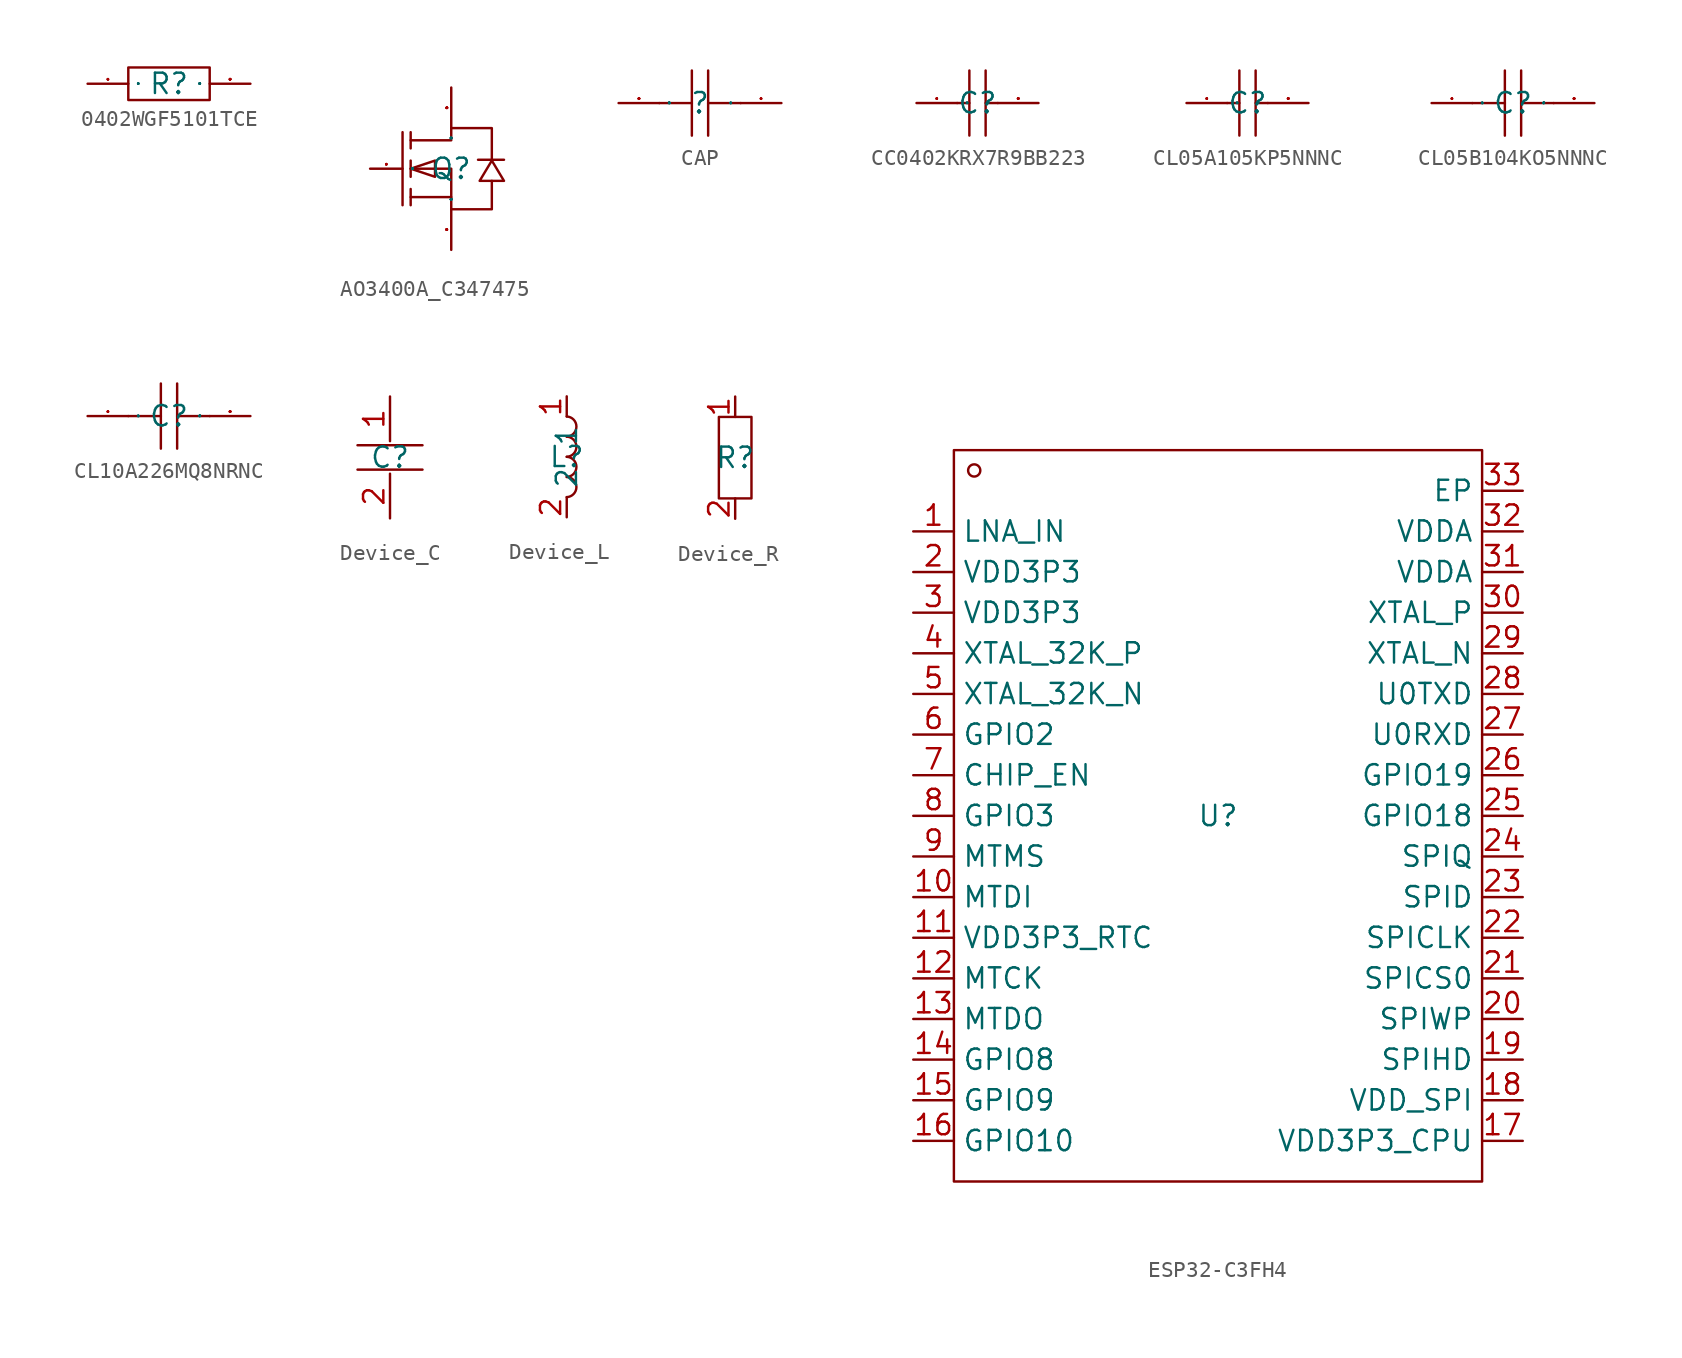
<source format=kicad_sym>
(kicad_symbol_lib
  (version 20241209)
  (generator "kicad_symbol_editor")
  (generator_version "9.0")
  (symbol "0402WGF5101TCE"
    (property "Reference" "R"
      (at 0 0 0)
      (effects (font (size 1.27 1.27))))
    (symbol "0402WGF5101TCE_1_0"
      (rectangle (start -2.54 -1.016) (end 2.54 1.016) (stroke (width 0) (type default)) (fill (type none)))
      (pin input line (at -5.08 0 0) (length 2.54) (name "1" (effects (font (size 0.025 0.025)))) (number "1" (effects (font (size 0.025 0.025)))))
      (pin input line (at 5.08 0 180) (length 2.54) (name "2" (effects (font (size 0.025 0.025)))) (number "2" (effects (font (size 0.025 0.025)))))))
  (symbol "AO3400A_C347475"
    (property "Reference" "Q"
      (at 0 0 0)
      (effects (font (size 1.27 1.27))))
    (property "Value" ""
      (at 0 0 0)
      (effects (font (size 1.27 1.27))))
    (symbol "AO3400A_C347475_1_0"
      (polyline (pts (xy -3.048 2.286) (xy -3.048 -2.286)) (stroke (width 0) (type default)) (fill (type none)))
      (polyline (pts (xy -2.54 2.286) (xy -2.54 1.27)) (stroke (width 0) (type default)) (fill (type none)))
      (polyline (pts (xy -2.54 1.778) (xy 0 1.778) (xy 0 1.778) (xy 0 2.54) (xy 0 2.54) (xy 2.54 2.54) (xy 2.54 2.54) (xy 2.54 0.508)) (stroke (width 0) (type default)) (fill (type none)))
      (polyline (pts (xy -2.54 0) (xy -1.016 -0.508) (xy -1.016 -0.508) (xy -1.016 0.508) (xy -1.016 0.508) (xy -2.54 0)) (stroke (width 0) (type default)) (fill (type none)))
      (polyline (pts (xy -2.54 0) (xy 0 0) (xy 0 0) (xy 0 -2.54) (xy 0 -2.54) (xy 2.54 -2.54) (xy 2.54 -2.54) (xy 2.54 -0.762)) (stroke (width 0) (type default)) (fill (type none)))
      (polyline (pts (xy -2.54 -0.508) (xy -2.54 0.508)) (stroke (width 0) (type default)) (fill (type none)))
      (polyline (pts (xy -2.54 -2.286) (xy -2.54 -1.27)) (stroke (width 0) (type default)) (fill (type none)))
      (polyline (pts (xy 0 -1.778) (xy -2.54 -1.778)) (stroke (width 0) (type default)) (fill (type none)))
      (polyline (pts (xy 1.676 0.559) (xy 3.302 0.559)) (stroke (width 0) (type default)) (fill (type none)))
      (polyline (pts (xy 2.54 0.508) (xy 1.778 -0.762) (xy 1.778 -0.762) (xy 3.302 -0.762) (xy 3.302 -0.762) (xy 2.54 0.508)) (stroke (width 0) (type default)) (fill (type none)))
      (pin unspecified line (at -5.08 0 0) (length 2.032) (name "G" (effects (font (size 0.025 0.025)))) (number "1" (effects (font (size 0.025 0.025)))))
      (pin unspecified line (at 0 5.08 270) (length 2.54) (name "D" (effects (font (size 0.025 0.025)))) (number "3" (effects (font (size 0.025 0.025)))))
      (pin unspecified line (at 0 -5.08 90) (length 2.54) (name "S" (effects (font (size 0.025 0.025)))) (number "2" (effects (font (size 0.025 0.025)))))))
  (symbol "CAP"
    (property "Reference" ""
      (at 0 0 0)
      (effects (font (size 1.27 1.27))))
    (symbol "CAP_1_0"
      (polyline (pts (xy -2.54 0) (xy -0.508 0)) (stroke (width 0) (type default)) (fill (type none)))
      (polyline (pts (xy -0.508 -2.032) (xy -0.508 2.032)) (stroke (width 0) (type default)) (fill (type none)))
      (polyline (pts (xy 0.508 2.032) (xy 0.508 -2.032)) (stroke (width 0) (type default)) (fill (type none)))
      (polyline (pts (xy 0.508 0) (xy 2.54 0)) (stroke (width 0) (type default)) (fill (type none)))
      (pin input line (at -5.08 0 0) (length 2.54) (name "2" (effects (font (size 0.025 0.025)))) (number "2" (effects (font (size 0.025 0.025)))))
      (pin input line (at 5.08 0 180) (length 2.54) (name "1" (effects (font (size 0.025 0.025)))) (number "1" (effects (font (size 0.025 0.025)))))))
  (symbol "CC0402KRX7R9BB223"
    (property "Reference" "C"
      (at 0 0 0)
      (effects (font (size 1.27 1.27))))
    (symbol "CC0402KRX7R9BB223_1_0"
      (polyline (pts (xy -1.27 0) (xy -0.508 0)) (stroke (width 0) (type default)) (fill (type none)))
      (polyline (pts (xy -0.508 2.032) (xy -0.508 -2.032)) (stroke (width 0) (type default)) (fill (type none)))
      (polyline (pts (xy 0.508 2.032) (xy 0.508 -2.032)) (stroke (width 0) (type default)) (fill (type none)))
      (polyline (pts (xy 0.508 0) (xy 1.27 0)) (stroke (width 0) (type default)) (fill (type none)))
      (pin input line (at -3.81 0 0) (length 2.54) (name "1" (effects (font (size 0.025 0.025)))) (number "1" (effects (font (size 0.025 0.025)))))
      (pin input line (at 3.81 0 180) (length 2.54) (name "2" (effects (font (size 0.025 0.025)))) (number "2" (effects (font (size 0.025 0.025)))))))
  (symbol "CL05A105KP5NNNC"
    (property "Reference" "C"
      (at 0 0 0)
      (effects (font (size 1.27 1.27))))
    (symbol "CL05A105KP5NNNC_1_0"
      (polyline (pts (xy -1.27 0) (xy -0.508 0)) (stroke (width 0) (type default)) (fill (type none)))
      (polyline (pts (xy -0.508 2.032) (xy -0.508 -2.032)) (stroke (width 0) (type default)) (fill (type none)))
      (polyline (pts (xy 0.508 2.032) (xy 0.508 -2.032)) (stroke (width 0) (type default)) (fill (type none)))
      (polyline (pts (xy 0.508 0) (xy 1.27 0)) (stroke (width 0) (type default)) (fill (type none)))
      (pin input line (at -3.81 0 0) (length 2.54) (name "1" (effects (font (size 0.025 0.025)))) (number "1" (effects (font (size 0.025 0.025)))))
      (pin input line (at 3.81 0 180) (length 2.54) (name "2" (effects (font (size 0.025 0.025)))) (number "2" (effects (font (size 0.025 0.025)))))))
  (symbol "CL05B104KO5NNNC"
    (property "Reference" "C"
      (at 0 0 0)
      (effects (font (size 1.27 1.27))))
    (symbol "CL05B104KO5NNNC_1_0"
      (polyline (pts (xy -0.508 0) (xy -2.54 0)) (stroke (width 0) (type default)) (fill (type none)))
      (polyline (pts (xy -0.508 -2.032) (xy -0.508 2.032)) (stroke (width 0) (type default)) (fill (type none)))
      (polyline (pts (xy 0.508 2.032) (xy 0.508 -2.032)) (stroke (width 0) (type default)) (fill (type none)))
      (polyline (pts (xy 2.54 0) (xy 0.508 0)) (stroke (width 0) (type default)) (fill (type none)))
      (pin unspecified line (at -5.08 0 0) (length 2.54) (name "1" (effects (font (size 0.025 0.025)))) (number "1" (effects (font (size 0.025 0.025)))))
      (pin unspecified line (at 5.08 0 180) (length 2.54) (name "2" (effects (font (size 0.025 0.025)))) (number "2" (effects (font (size 0.025 0.025)))))))
  (symbol "CL10A226MQ8NRNC"
    (property "Reference" "C"
      (at 0 0 0)
      (effects (font (size 1.27 1.27))))
    (symbol "CL10A226MQ8NRNC_1_0"
      (polyline (pts (xy -0.508 0) (xy -2.54 0)) (stroke (width 0) (type default)) (fill (type none)))
      (polyline (pts (xy -0.508 -2.032) (xy -0.508 2.032)) (stroke (width 0) (type default)) (fill (type none)))
      (polyline (pts (xy 0.508 2.032) (xy 0.508 -2.032)) (stroke (width 0) (type default)) (fill (type none)))
      (polyline (pts (xy 2.54 0) (xy 0.508 0)) (stroke (width 0) (type default)) (fill (type none)))
      (pin unspecified line (at -5.08 0 0) (length 2.54) (name "1" (effects (font (size 0.025 0.025)))) (number "1" (effects (font (size 0.025 0.025)))))
      (pin unspecified line (at 5.08 0 180) (length 2.54) (name "2" (effects (font (size 0.025 0.025)))) (number "2" (effects (font (size 0.025 0.025)))))))
  (symbol "Device_C"
    (property "Reference" "C"
      (at 0 0 0)
      (effects (font (size 1.27 1.27))))
    (symbol "Device_C_1_0"
      (polyline (pts (xy -2.032 0.762) (xy 2.032 0.762)) (stroke (width 0) (type default)) (fill (type none)))
      (polyline (pts (xy -2.032 -0.762) (xy 2.032 -0.762)) (stroke (width 0) (type default)) (fill (type none)))
      (pin unspecified line (at 0 3.81 270) (length 2.794) (name "~" (effects (font (size 1.27 1.27)))) (number "1" (effects (font (size 1.27 1.27)))))
      (pin unspecified line (at 0 -3.81 90) (length 2.794) (name "~" (effects (font (size 1.27 1.27)))) (number "2" (effects (font (size 1.27 1.27)))))))
  (symbol "Device_L"
    (property "Reference" "L"
      (at 0 0 0)
      (effects (font (size 1.27 1.27))))
    (symbol "Device_L_1_0"
      (arc (start 0 2.54) (mid 0.6096 1.905) (end 0 1.27) (stroke (width 0) (type default)) (fill (type none)))
      (arc (start 0 1.27) (mid 0.6096 0.635) (end 0 0) (stroke (width 0) (type default)) (fill (type none)))
      (arc (start 0 0) (mid 0.6096 -0.635) (end 0 -1.27) (stroke (width 0) (type default)) (fill (type none)))
      (arc (start 0 -1.27) (mid 0.6096 -1.905) (end 0 -2.54) (stroke (width 0) (type default)) (fill (type none)))
      (pin unspecified line (at 0 3.81 270) (length 1.27) (name "1" (effects (font (size 1.27 1.27)))) (number "1" (effects (font (size 1.27 1.27)))))
      (pin unspecified line (at 0 -3.81 90) (length 1.27) (name "2" (effects (font (size 1.27 1.27)))) (number "2" (effects (font (size 1.27 1.27)))))))
  (symbol "Device_R"
    (property "Reference" "R"
      (at 0 0 0)
      (effects (font (size 1.27 1.27))))
    (symbol "Device_R_1_0"
      (rectangle (start -1.016 2.54) (end 1.016 -2.54) (stroke (width 0) (type default)) (fill (type none)))
      (pin unspecified line (at 0 3.81 270) (length 1.27) (name "~" (effects (font (size 1.27 1.27)))) (number "1" (effects (font (size 1.27 1.27)))))
      (pin unspecified line (at 0 -3.81 90) (length 1.27) (name "~" (effects (font (size 1.27 1.27)))) (number "2" (effects (font (size 1.27 1.27)))))))
  (symbol "ESP32-C3FH4"
    (property "Reference" "U"
      (at 0 0 0)
      (effects (font (size 1.27 1.27))))
    (property "Value" ""
      (at 0 0 0)
      (effects (font (size 1.27 1.27))))
    (symbol "ESP32-C3FH4_1_0"
      (rectangle (start -16.51 -22.86) (end 16.51 22.86) (stroke (width 0) (type default)) (fill (type none)))
      (circle (center -15.24 21.59) (radius 0.381) (stroke (width 0) (type default)) (fill (type none)))
      (pin unspecified line (at -19.05 17.78 0) (length 2.54) (name "LNA_IN" (effects (font (size 1.27 1.27)))) (number "1" (effects (font (size 1.27 1.27)))))
      (pin unspecified line (at -19.05 15.24 0) (length 2.54) (name "VDD3P3" (effects (font (size 1.27 1.27)))) (number "2" (effects (font (size 1.27 1.27)))))
      (pin unspecified line (at -19.05 12.7 0) (length 2.54) (name "VDD3P3" (effects (font (size 1.27 1.27)))) (number "3" (effects (font (size 1.27 1.27)))))
      (pin unspecified line (at -19.05 10.16 0) (length 2.54) (name "XTAL_32K_P" (effects (font (size 1.27 1.27)))) (number "4" (effects (font (size 1.27 1.27)))))
      (pin unspecified line (at -19.05 7.62 0) (length 2.54) (name "XTAL_32K_N" (effects (font (size 1.27 1.27)))) (number "5" (effects (font (size 1.27 1.27)))))
      (pin unspecified line (at -19.05 5.08 0) (length 2.54) (name "GPIO2" (effects (font (size 1.27 1.27)))) (number "6" (effects (font (size 1.27 1.27)))))
      (pin unspecified line (at -19.05 2.54 0) (length 2.54) (name "CHIP_EN" (effects (font (size 1.27 1.27)))) (number "7" (effects (font (size 1.27 1.27)))))
      (pin unspecified line (at -19.05 0 0) (length 2.54) (name "GPIO3" (effects (font (size 1.27 1.27)))) (number "8" (effects (font (size 1.27 1.27)))))
      (pin unspecified line (at -19.05 -2.54 0) (length 2.54) (name "MTMS" (effects (font (size 1.27 1.27)))) (number "9" (effects (font (size 1.27 1.27)))))
      (pin unspecified line (at -19.05 -5.08 0) (length 2.54) (name "MTDI" (effects (font (size 1.27 1.27)))) (number "10" (effects (font (size 1.27 1.27)))))
      (pin unspecified line (at -19.05 -7.62 0) (length 2.54) (name "VDD3P3_RTC" (effects (font (size 1.27 1.27)))) (number "11" (effects (font (size 1.27 1.27)))))
      (pin unspecified line (at -19.05 -10.16 0) (length 2.54) (name "MTCK" (effects (font (size 1.27 1.27)))) (number "12" (effects (font (size 1.27 1.27)))))
      (pin unspecified line (at -19.05 -12.7 0) (length 2.54) (name "MTDO" (effects (font (size 1.27 1.27)))) (number "13" (effects (font (size 1.27 1.27)))))
      (pin unspecified line (at -19.05 -15.24 0) (length 2.54) (name "GPIO8" (effects (font (size 1.27 1.27)))) (number "14" (effects (font (size 1.27 1.27)))))
      (pin unspecified line (at -19.05 -17.78 0) (length 2.54) (name "GPIO9" (effects (font (size 1.27 1.27)))) (number "15" (effects (font (size 1.27 1.27)))))
      (pin unspecified line (at -19.05 -20.32 0) (length 2.54) (name "GPIO10" (effects (font (size 1.27 1.27)))) (number "16" (effects (font (size 1.27 1.27)))))
      (pin unspecified line (at 19.05 20.32 180) (length 2.54) (name "EP" (effects (font (size 1.27 1.27)))) (number "33" (effects (font (size 1.27 1.27)))))
      (pin unspecified line (at 19.05 17.78 180) (length 2.54) (name "VDDA" (effects (font (size 1.27 1.27)))) (number "32" (effects (font (size 1.27 1.27)))))
      (pin unspecified line (at 19.05 15.24 180) (length 2.54) (name "VDDA" (effects (font (size 1.27 1.27)))) (number "31" (effects (font (size 1.27 1.27)))))
      (pin unspecified line (at 19.05 12.7 180) (length 2.54) (name "XTAL_P" (effects (font (size 1.27 1.27)))) (number "30" (effects (font (size 1.27 1.27)))))
      (pin unspecified line (at 19.05 10.16 180) (length 2.54) (name "XTAL_N" (effects (font (size 1.27 1.27)))) (number "29" (effects (font (size 1.27 1.27)))))
      (pin unspecified line (at 19.05 7.62 180) (length 2.54) (name "U0TXD" (effects (font (size 1.27 1.27)))) (number "28" (effects (font (size 1.27 1.27)))))
      (pin unspecified line (at 19.05 5.08 180) (length 2.54) (name "U0RXD" (effects (font (size 1.27 1.27)))) (number "27" (effects (font (size 1.27 1.27)))))
      (pin unspecified line (at 19.05 2.54 180) (length 2.54) (name "GPIO19" (effects (font (size 1.27 1.27)))) (number "26" (effects (font (size 1.27 1.27)))))
      (pin unspecified line (at 19.05 0 180) (length 2.54) (name "GPIO18" (effects (font (size 1.27 1.27)))) (number "25" (effects (font (size 1.27 1.27)))))
      (pin unspecified line (at 19.05 -2.54 180) (length 2.54) (name "SPIQ" (effects (font (size 1.27 1.27)))) (number "24" (effects (font (size 1.27 1.27)))))
      (pin unspecified line (at 19.05 -5.08 180) (length 2.54) (name "SPID" (effects (font (size 1.27 1.27)))) (number "23" (effects (font (size 1.27 1.27)))))
      (pin unspecified line (at 19.05 -7.62 180) (length 2.54) (name "SPICLK" (effects (font (size 1.27 1.27)))) (number "22" (effects (font (size 1.27 1.27)))))
      (pin unspecified line (at 19.05 -10.16 180) (length 2.54) (name "SPICS0" (effects (font (size 1.27 1.27)))) (number "21" (effects (font (size 1.27 1.27)))))
      (pin unspecified line (at 19.05 -12.7 180) (length 2.54) (name "SPIWP" (effects (font (size 1.27 1.27)))) (number "20" (effects (font (size 1.27 1.27)))))
      (pin unspecified line (at 19.05 -15.24 180) (length 2.54) (name "SPIHD" (effects (font (size 1.27 1.27)))) (number "19" (effects (font (size 1.27 1.27)))))
      (pin unspecified line (at 19.05 -17.78 180) (length 2.54) (name "VDD_SPI" (effects (font (size 1.27 1.27)))) (number "18" (effects (font (size 1.27 1.27)))))
      (pin unspecified line (at 19.05 -20.32 180) (length 2.54) (name "VDD3P3_CPU" (effects (font (size 1.27 1.27)))) (number "17" (effects (font (size 1.27 1.27))))))))
</source>
